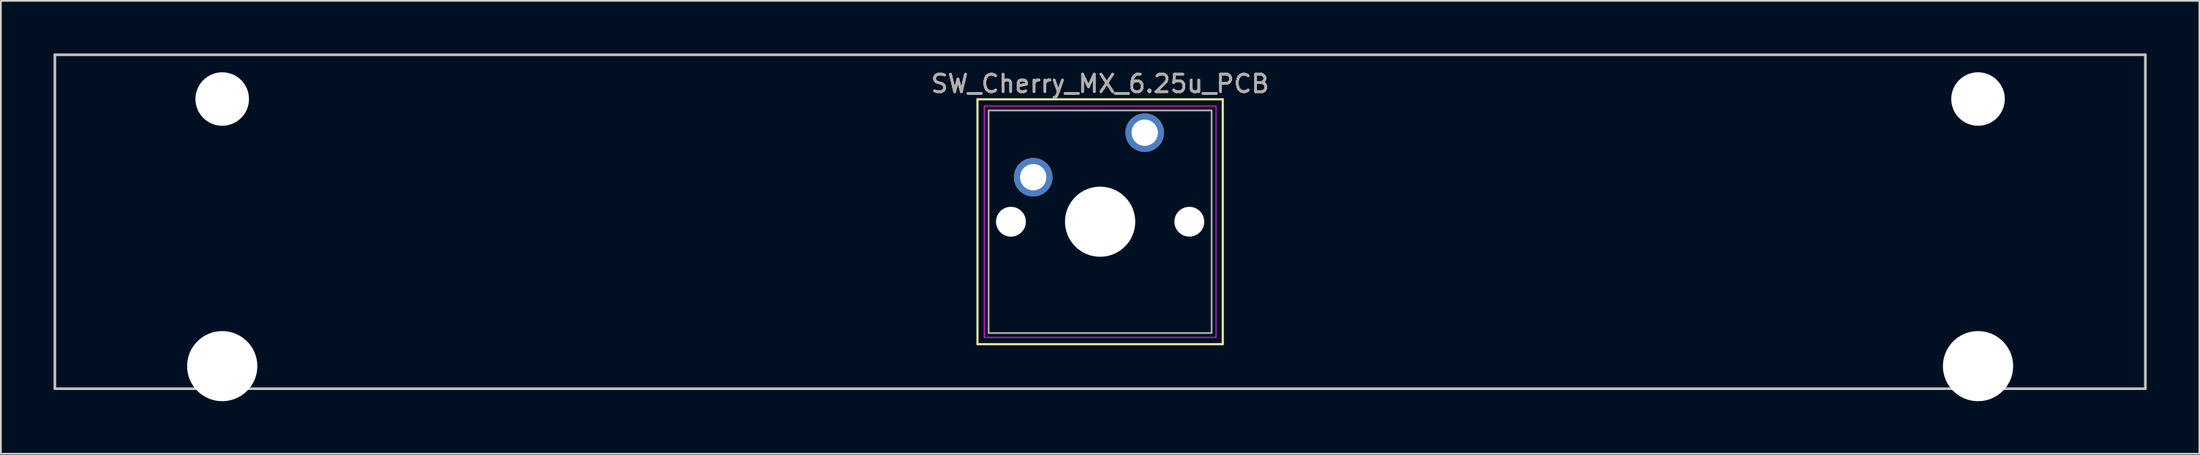
<source format=kicad_pcb>
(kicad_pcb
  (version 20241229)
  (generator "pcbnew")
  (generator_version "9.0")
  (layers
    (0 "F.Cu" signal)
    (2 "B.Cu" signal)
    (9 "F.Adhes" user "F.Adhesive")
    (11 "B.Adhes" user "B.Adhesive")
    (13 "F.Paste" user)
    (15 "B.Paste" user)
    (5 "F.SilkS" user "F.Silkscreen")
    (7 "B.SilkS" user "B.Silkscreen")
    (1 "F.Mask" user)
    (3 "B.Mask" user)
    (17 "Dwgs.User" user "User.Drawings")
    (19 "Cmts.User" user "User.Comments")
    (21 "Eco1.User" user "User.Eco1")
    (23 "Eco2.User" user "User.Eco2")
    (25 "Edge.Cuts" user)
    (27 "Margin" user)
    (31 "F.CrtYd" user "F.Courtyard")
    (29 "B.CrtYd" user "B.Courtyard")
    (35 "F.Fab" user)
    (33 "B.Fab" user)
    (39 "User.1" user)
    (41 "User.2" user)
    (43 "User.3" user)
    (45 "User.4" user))
  (footprint "SW_Cherry_MX_6.25u_PCB"
    (layer "F.Cu")
    (at 62.146 4.52)
    (property "Reference" "SW_Cherry_MX_6.25u_PCB" (at -2.54 -2.794 0) (layer "F.SilkS") (effects (font (size 1 1) (thickness 0.15))))
    (attr through_hole)
    (fp_line (start -9.525 -1.905) (end 4.445 -1.905) (stroke (width 0.12) (type solid)) (layer "F.SilkS"))
    (fp_line (start -9.525 12.065) (end -9.525 -1.905) (stroke (width 0.12) (type solid)) (layer "F.SilkS"))
    (fp_line (start 4.445 -1.905) (end 4.445 12.065) (stroke (width 0.12) (type solid)) (layer "F.SilkS"))
    (fp_line (start 4.445 12.065) (end -9.525 12.065) (stroke (width 0.12) (type solid)) (layer "F.SilkS"))
    (fp_line (start -62.071 -4.445) (end 56.991 -4.445) (stroke (width 0.15) (type solid)) (layer "Dwgs.User"))
    (fp_line (start -62.071 14.605) (end -62.071 -4.445) (stroke (width 0.15) (type solid)) (layer "Dwgs.User"))
    (fp_line (start 56.991 -4.445) (end 56.991 14.605) (stroke (width 0.15) (type solid)) (layer "Dwgs.User"))
    (fp_line (start 56.991 14.605) (end -62.071 14.605) (stroke (width 0.15) (type solid)) (layer "Dwgs.User"))
    (fp_line (start -9.14 -1.52) (end 4.06 -1.52) (stroke (width 0.05) (type solid)) (layer "F.CrtYd"))
    (fp_line (start -9.14 11.68) (end -9.14 -1.52) (stroke (width 0.05) (type solid)) (layer "F.CrtYd"))
    (fp_line (start 4.06 -1.52) (end 4.06 11.68) (stroke (width 0.05) (type solid)) (layer "F.CrtYd"))
    (fp_line (start 4.06 11.68) (end -9.14 11.68) (stroke (width 0.05) (type solid)) (layer "F.CrtYd"))
    (fp_line (start -8.89 -1.27) (end 3.81 -1.27) (stroke (width 0.1) (type solid)) (layer "F.Fab"))
    (fp_line (start -8.89 11.43) (end -8.89 -1.27) (stroke (width 0.1) (type solid)) (layer "F.Fab"))
    (fp_line (start 3.81 -1.27) (end 3.81 11.43) (stroke (width 0.1) (type solid)) (layer "F.Fab"))
    (fp_line (start 3.81 11.43) (end -8.89 11.43) (stroke (width 0.1) (type solid)) (layer "F.Fab"))
    (fp_text user "${REFERENCE}" (at -2.54 -2.794 0) (layer "F.Fab") (effects (font (size 1 1) (thickness 0.15))))
    (pad "" np_thru_hole circle (at -52.54 -1.92) (size 3.05 3.05) (drill 3.05) (layers "*.Cu" "*.Mask"))
    (pad "" np_thru_hole circle (at -52.54 13.32) (size 4 4) (drill 4) (layers "*.Cu" "*.Mask"))
    (pad "" np_thru_hole circle (at -7.62 5.08) (size 1.7 1.7) (drill 1.7) (layers "*.Cu" "*.Mask"))
    (pad "" np_thru_hole circle (at -2.54 5.08) (size 4 4) (drill 4) (layers "*.Cu" "*.Mask"))
    (pad "" np_thru_hole circle (at 2.54 5.08) (size 1.7 1.7) (drill 1.7) (layers "*.Cu" "*.Mask"))
    (pad "" np_thru_hole circle (at 47.46 -1.92) (size 3.05 3.05) (drill 3.05) (layers "*.Cu" "*.Mask"))
    (pad "" np_thru_hole circle (at 47.46 13.32) (size 4 4) (drill 4) (layers "*.Cu" "*.Mask"))
    (pad "1" thru_hole circle (at 0 0) (size 2.2 2.2) (drill 1.5) (layers "*.Cu" "*.Mask"))
    (pad "2" thru_hole circle (at -6.35 2.54) (size 2.2 2.2) (drill 1.5) (layers "*.Cu" "*.Mask")))
  (gr_rect
    (start -3 -3)
    (end 122.213 22.84)
    (stroke (width 0.1) (type default))
    (fill no)
    (layer "Edge.Cuts")))
</source>
